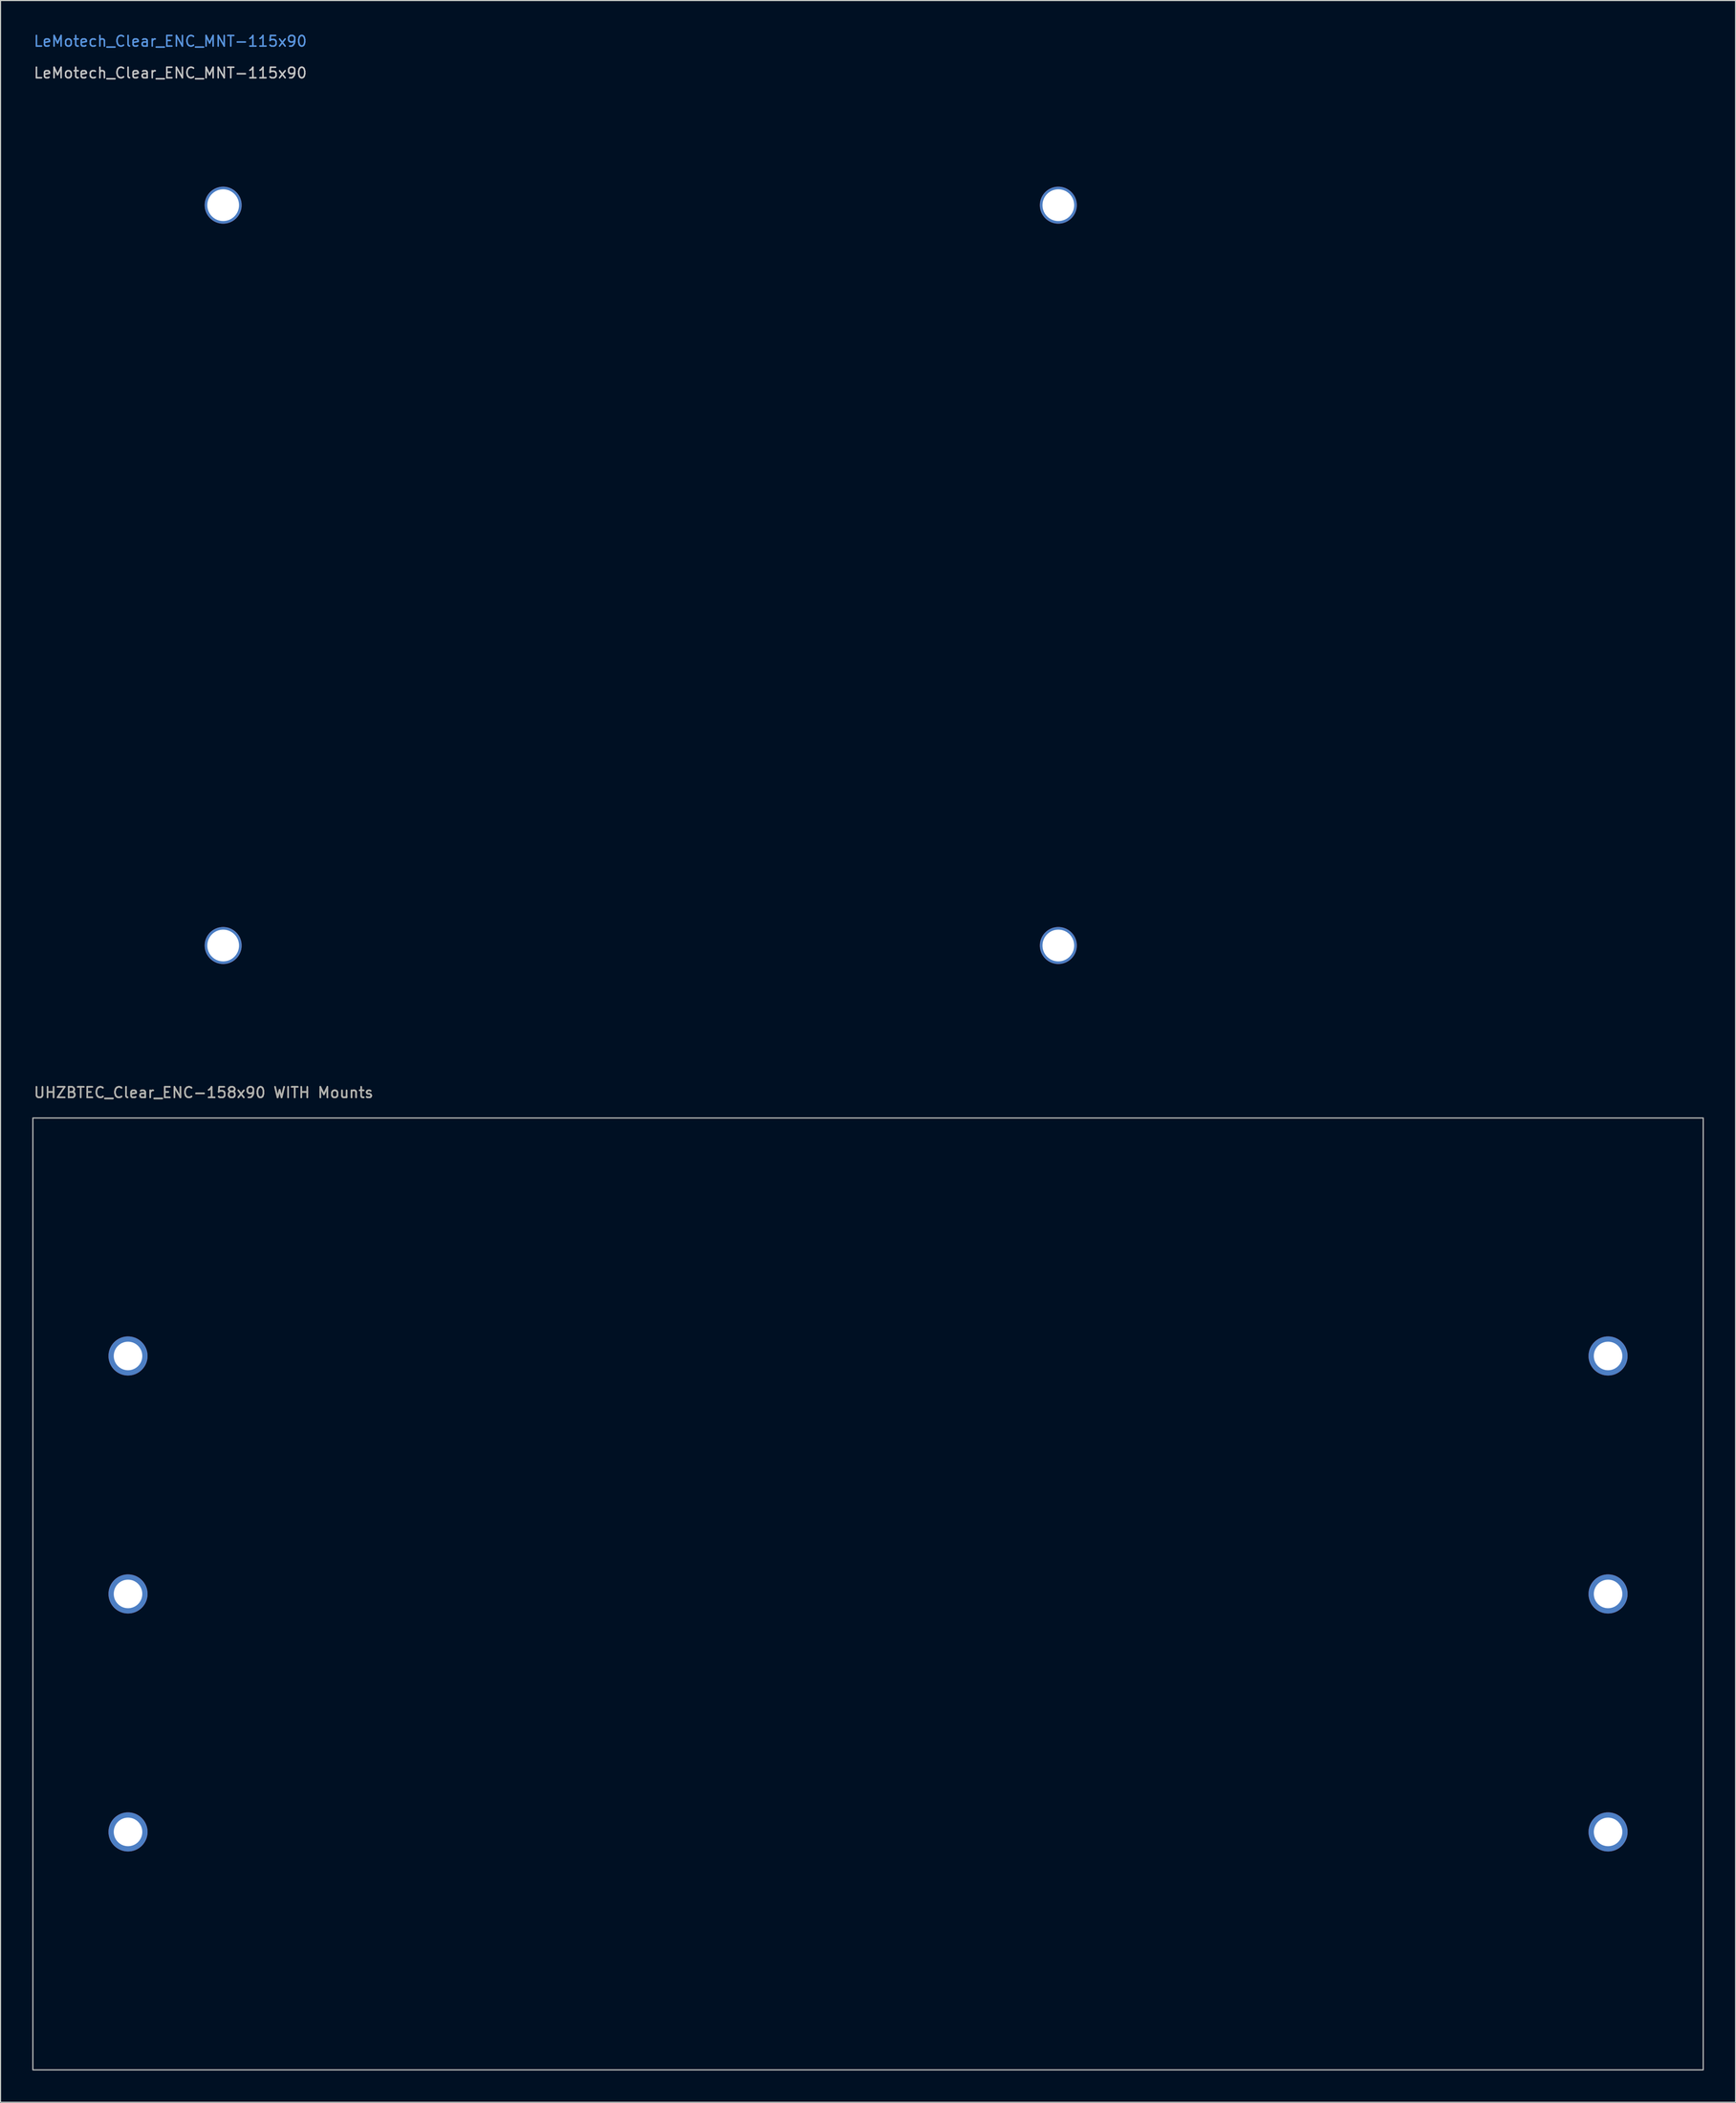
<source format=kicad_pcb>
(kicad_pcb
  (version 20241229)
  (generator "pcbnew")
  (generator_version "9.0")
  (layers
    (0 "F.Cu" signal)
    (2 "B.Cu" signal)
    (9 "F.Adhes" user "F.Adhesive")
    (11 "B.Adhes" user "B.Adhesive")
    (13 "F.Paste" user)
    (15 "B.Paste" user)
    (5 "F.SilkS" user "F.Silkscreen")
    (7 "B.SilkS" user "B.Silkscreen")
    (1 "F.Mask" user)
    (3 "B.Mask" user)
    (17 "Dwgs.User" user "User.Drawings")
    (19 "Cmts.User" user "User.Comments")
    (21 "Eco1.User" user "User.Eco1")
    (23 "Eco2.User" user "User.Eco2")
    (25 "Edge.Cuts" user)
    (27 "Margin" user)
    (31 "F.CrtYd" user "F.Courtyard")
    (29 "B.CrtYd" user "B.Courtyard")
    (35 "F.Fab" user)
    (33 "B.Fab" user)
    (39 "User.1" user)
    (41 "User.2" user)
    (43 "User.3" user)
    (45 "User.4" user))
  (footprint "UHZBTEC_Clear_ENC-158x90 WITH Mounts"
    (layer "F.Cu")
    (at 79.06 147.656)
    (property "Reference" "UHZBTEC_Clear_ENC-158x90 WITH Mounts" (at -79 -47.4 0) (unlocked yes) (layer "F.SilkS") (effects (font (size 1 1) (thickness 0.15)) (justify left)))
    (attr board_only exclude_from_pos_files)
    (fp_rect (start -79 -45) (end 79 45) (stroke (width 0.12) (type solid)) (fill no) (layer "F.Fab"))
    (fp_line (start -76 31) (end -76 -31) (stroke (width 0.12) (type solid)) (layer "User.2"))
    (fp_line (start -74 -33) (end -72 -33) (stroke (width 0.12) (type solid)) (layer "User.2"))
    (fp_line (start -72 33) (end -74 33) (stroke (width 0.12) (type solid)) (layer "User.2"))
    (fp_line (start -67 -38) (end -67 -40) (stroke (width 0.12) (type solid)) (layer "User.2"))
    (fp_line (start -67 40) (end -67 38) (stroke (width 0.12) (type solid)) (layer "User.2"))
    (fp_line (start -65 -42) (end 65 -42) (stroke (width 0.12) (type solid)) (layer "User.2"))
    (fp_line (start 65 42) (end -65 42) (stroke (width 0.12) (type solid)) (layer "User.2"))
    (fp_line (start 67 -40) (end 67 -38) (stroke (width 0.12) (type solid)) (layer "User.2"))
    (fp_line (start 67 38) (end 67 40) (stroke (width 0.12) (type solid)) (layer "User.2"))
    (fp_line (start 72 -33) (end 74 -33) (stroke (width 0.12) (type solid)) (layer "User.2"))
    (fp_line (start 74 33) (end 72 33) (stroke (width 0.12) (type solid)) (layer "User.2"))
    (fp_line (start 76 -31) (end 76 31) (stroke (width 0.12) (type solid)) (layer "User.2"))
    (fp_arc (start -76 -31) (mid -75.414214 -32.414214) (end -74 -33) (stroke (width 0.12) (type solid)) (layer "User.2"))
    (fp_arc (start -74 33) (mid -75.414214 32.414214) (end -76 31) (stroke (width 0.12) (type solid)) (layer "User.2"))
    (fp_arc (start -72 33) (mid -68.464466 34.464466) (end -67 38) (stroke (width 0.12) (type solid)) (layer "User.2"))
    (fp_arc (start -67 -40) (mid -66.414214 -41.414214) (end -65 -42) (stroke (width 0.12) (type solid)) (layer "User.2"))
    (fp_arc (start -67 -38) (mid -68.464466 -34.464466) (end -72 -33) (stroke (width 0.12) (type solid)) (layer "User.2"))
    (fp_arc (start -65 42) (mid -66.414214 41.414214) (end -67 40) (stroke (width 0.12) (type solid)) (layer "User.2"))
    (fp_arc (start 65 -42) (mid 66.414214 -41.414214) (end 67 -40) (stroke (width 0.12) (type solid)) (layer "User.2"))
    (fp_arc (start 67 38) (mid 68.464466 34.464466) (end 72 33) (stroke (width 0.12) (type solid)) (layer "User.2"))
    (fp_arc (start 67 40) (mid 66.414214 41.414214) (end 65 42) (stroke (width 0.12) (type solid)) (layer "User.2"))
    (fp_arc (start 72 -33) (mid 68.464466 -34.464466) (end 67 -38) (stroke (width 0.12) (type solid)) (layer "User.2"))
    (fp_arc (start 74 -33) (mid 75.414214 -32.414214) (end 76 -31) (stroke (width 0.12) (type solid)) (layer "User.2"))
    (fp_arc (start 76 31) (mid 75.414214 32.414214) (end 74 33) (stroke (width 0.12) (type solid)) (layer "User.2"))
    (fp_circle (center -74.05 -39.35) (end -71.55 -39.35) (stroke (width 0.12) (type solid)) (fill no) (layer "User.4"))
    (fp_circle (center -74.05 39.35) (end -71.55 39.35) (stroke (width 0.12) (type solid)) (fill no) (layer "User.4"))
    (fp_circle (center 74.05 -39.35) (end 76.55 -39.35) (stroke (width 0.12) (type solid)) (fill no) (layer "User.4"))
    (fp_circle (center 74.05 39.35) (end 76.55 39.35) (stroke (width 0.12) (type solid)) (fill no) (layer "User.4"))
    (fp_circle (center -40.1 -34.45) (end -37.35 -34.45) (stroke (width 0.1) (type solid)) (fill no) (layer "User.6"))
    (fp_circle (center -40.1 34.45) (end -37.35 34.45) (stroke (width 0.1) (type solid)) (fill no) (layer "User.6"))
    (fp_circle (center 40.1 -34.45) (end 42.85 -34.45) (stroke (width 0.1) (type solid)) (fill no) (layer "User.6"))
    (fp_circle (center 40.1 34.45) (end 42.85 34.45) (stroke (width 0.1) (type solid)) (fill no) (layer "User.6"))
    (fp_text user "${REFERENCE}" (at -79 -47.4 0) (unlocked yes) (layer "F.Fab") (effects (font (size 1 1) (thickness 0.15)) (justify left)))
    (pad "" np_thru_hole circle (at -70 -22.5) (size 3.7 3.7) (drill 2.7) (layers "*.Cu" "*.Mask"))
    (pad "" np_thru_hole circle (at -70 0) (size 3.7 3.7) (drill 2.7) (layers "*.Cu" "*.Mask"))
    (pad "" np_thru_hole circle (at -70 22.5) (size 3.7 3.7) (drill 2.7) (layers "*.Cu" "*.Mask"))
    (pad "" np_thru_hole circle (at 70 -22.5) (size 3.7 3.7) (drill 2.7) (layers "*.Cu" "*.Mask"))
    (pad "" np_thru_hole circle (at 70 0) (size 3.7 3.7) (drill 2.7) (layers "*.Cu" "*.Mask"))
    (pad "" np_thru_hole circle (at 70 22.5) (size 3.7 3.7) (drill 2.7) (layers "*.Cu" "*.Mask")))
  (footprint "LeMotech_Clear_ENC_MNT-115x90"
    (layer "F.Cu")
    (at 57.56 51.348)
    (property "Reference" "LeMotech_Clear_ENC_MNT-115x90" (at -57.5 -47.5 0) (unlocked yes) (layer "Dwgs.User") (effects (font (size 1 1) (thickness 0.15)) (justify left)))
    (attr board_only)
    (fp_line (start -57.5 -45) (end 57.5 -45) (stroke (width 0.12) (type solid)) (layer "User.1"))
    (fp_line (start -57.5 45) (end -57.5 -45) (stroke (width 0.12) (type solid)) (layer "User.1"))
    (fp_line (start 57.5 -45) (end 57.5 45) (stroke (width 0.12) (type solid)) (layer "User.1"))
    (fp_line (start 57.5 45) (end -57.5 45) (stroke (width 0.12) (type solid)) (layer "User.1"))
    (fp_line (start -54.5 19) (end -54.5 -19) (stroke (width 0.12) (type solid)) (layer "User.2"))
    (fp_line (start -50.5 -23) (end -48.7 -23) (stroke (width 0.12) (type solid)) (layer "User.2"))
    (fp_line (start -48.7 23) (end -50.5 23) (stroke (width 0.12) (type solid)) (layer "User.2"))
    (fp_line (start -44.7 -27) (end -44.7 -38) (stroke (width 0.12) (type solid)) (layer "User.2"))
    (fp_line (start -44.7 38) (end -44.7 27) (stroke (width 0.12) (type solid)) (layer "User.2"))
    (fp_line (start -40.7 -42) (end 40.7 -42) (stroke (width 0.12) (type solid)) (layer "User.2"))
    (fp_line (start 40.7 42) (end -40.7 42) (stroke (width 0.12) (type solid)) (layer "User.2"))
    (fp_line (start 44.7 -38) (end 44.7 -27) (stroke (width 0.12) (type solid)) (layer "User.2"))
    (fp_line (start 44.7 27) (end 44.7 38) (stroke (width 0.12) (type solid)) (layer "User.2"))
    (fp_line (start 48.7 -23) (end 50.5 -23) (stroke (width 0.12) (type solid)) (layer "User.2"))
    (fp_line (start 50.5 23) (end 48.7 23) (stroke (width 0.12) (type solid)) (layer "User.2"))
    (fp_line (start 54.5 -19) (end 54.5 19) (stroke (width 0.12) (type solid)) (layer "User.2"))
    (fp_arc (start -54.5 -19) (mid -53.328427 -21.828427) (end -50.5 -23) (stroke (width 0.12) (type solid)) (layer "User.2"))
    (fp_arc (start -50.5 23) (mid -53.328427 21.828427) (end -54.5 19) (stroke (width 0.12) (type solid)) (layer "User.2"))
    (fp_arc (start -48.7 23) (mid -45.871573 24.171573) (end -44.7 27) (stroke (width 0.12) (type solid)) (layer "User.2"))
    (fp_arc (start -44.7 -38) (mid -43.528427 -40.828427) (end -40.7 -42) (stroke (width 0.12) (type solid)) (layer "User.2"))
    (fp_arc (start -44.7 -27) (mid -45.871573 -24.171573) (end -48.7 -23) (stroke (width 0.12) (type solid)) (layer "User.2"))
    (fp_arc (start -40.7 42) (mid -43.528427 40.828427) (end -44.7 38) (stroke (width 0.12) (type solid)) (layer "User.2"))
    (fp_arc (start 40.7 -42) (mid 43.528427 -40.828427) (end 44.7 -38) (stroke (width 0.12) (type solid)) (layer "User.2"))
    (fp_arc (start 44.7 27) (mid 45.871573 24.171573) (end 48.7 23) (stroke (width 0.12) (type solid)) (layer "User.2"))
    (fp_arc (start 44.7 38) (mid 43.528427 40.828427) (end 40.7 42) (stroke (width 0.12) (type solid)) (layer "User.2"))
    (fp_arc (start 48.7 -23) (mid 45.871573 -24.171573) (end 44.7 -27) (stroke (width 0.12) (type solid)) (layer "User.2"))
    (fp_arc (start 50.5 -23) (mid 53.328427 -21.828427) (end 54.5 -19) (stroke (width 0.12) (type solid)) (layer "User.2"))
    (fp_arc (start 54.5 19) (mid 53.328427 21.828427) (end 50.5 23) (stroke (width 0.12) (type solid)) (layer "User.2"))
    (fp_circle (center -39.5 -35) (end -36 -35) (stroke (width 0.12) (type solid)) (fill no) (layer "User.3"))
    (fp_circle (center -39.5 35) (end -36 35) (stroke (width 0.12) (type solid)) (fill no) (layer "User.3"))
    (fp_circle (center 39.5 -35) (end 43 -35) (stroke (width 0.12) (type solid)) (fill no) (layer "User.3"))
    (fp_circle (center 39.5 35) (end 43 35) (stroke (width 0.12) (type solid)) (fill no) (layer "User.3"))
    (fp_text user "${REFERENCE}" (at -57.5 -50.5 0) (unlocked yes) (layer "Cmts.User") (effects (font (size 1 1) (thickness 0.15)) (justify left)))
    (fp_text user "https://www.amazon.com/gp/product/B0895J3SWL/ref=ox_sc_act_title_3?smid=A1NFM2368P534K&th=1" (at -57.5 -46 0) (layer "User.9") (effects (font (size 1 1) (thickness 0.15)) (justify left)))
    (pad "" np_thru_hole circle (at -39.5 -35) (size 3.5 3.5) (drill 3) (layers "*.Cu" "*.Mask"))
    (pad "" np_thru_hole circle (at -39.5 35) (size 3.5 3.5) (drill 3) (layers "*.Cu" "*.Mask"))
    (pad "" np_thru_hole circle (at 39.5 -35) (size 3.5 3.5) (drill 3) (layers "*.Cu" "*.Mask"))
    (pad "" np_thru_hole circle (at 39.5 35) (size 3.5 3.5) (drill 3) (layers "*.Cu" "*.Mask")))
  (gr_rect
    (start -3 -3)
    (end 161.12 195.716)
    (stroke (width 0.1) (type default))
    (fill no)
    (layer "Edge.Cuts")))
</source>
